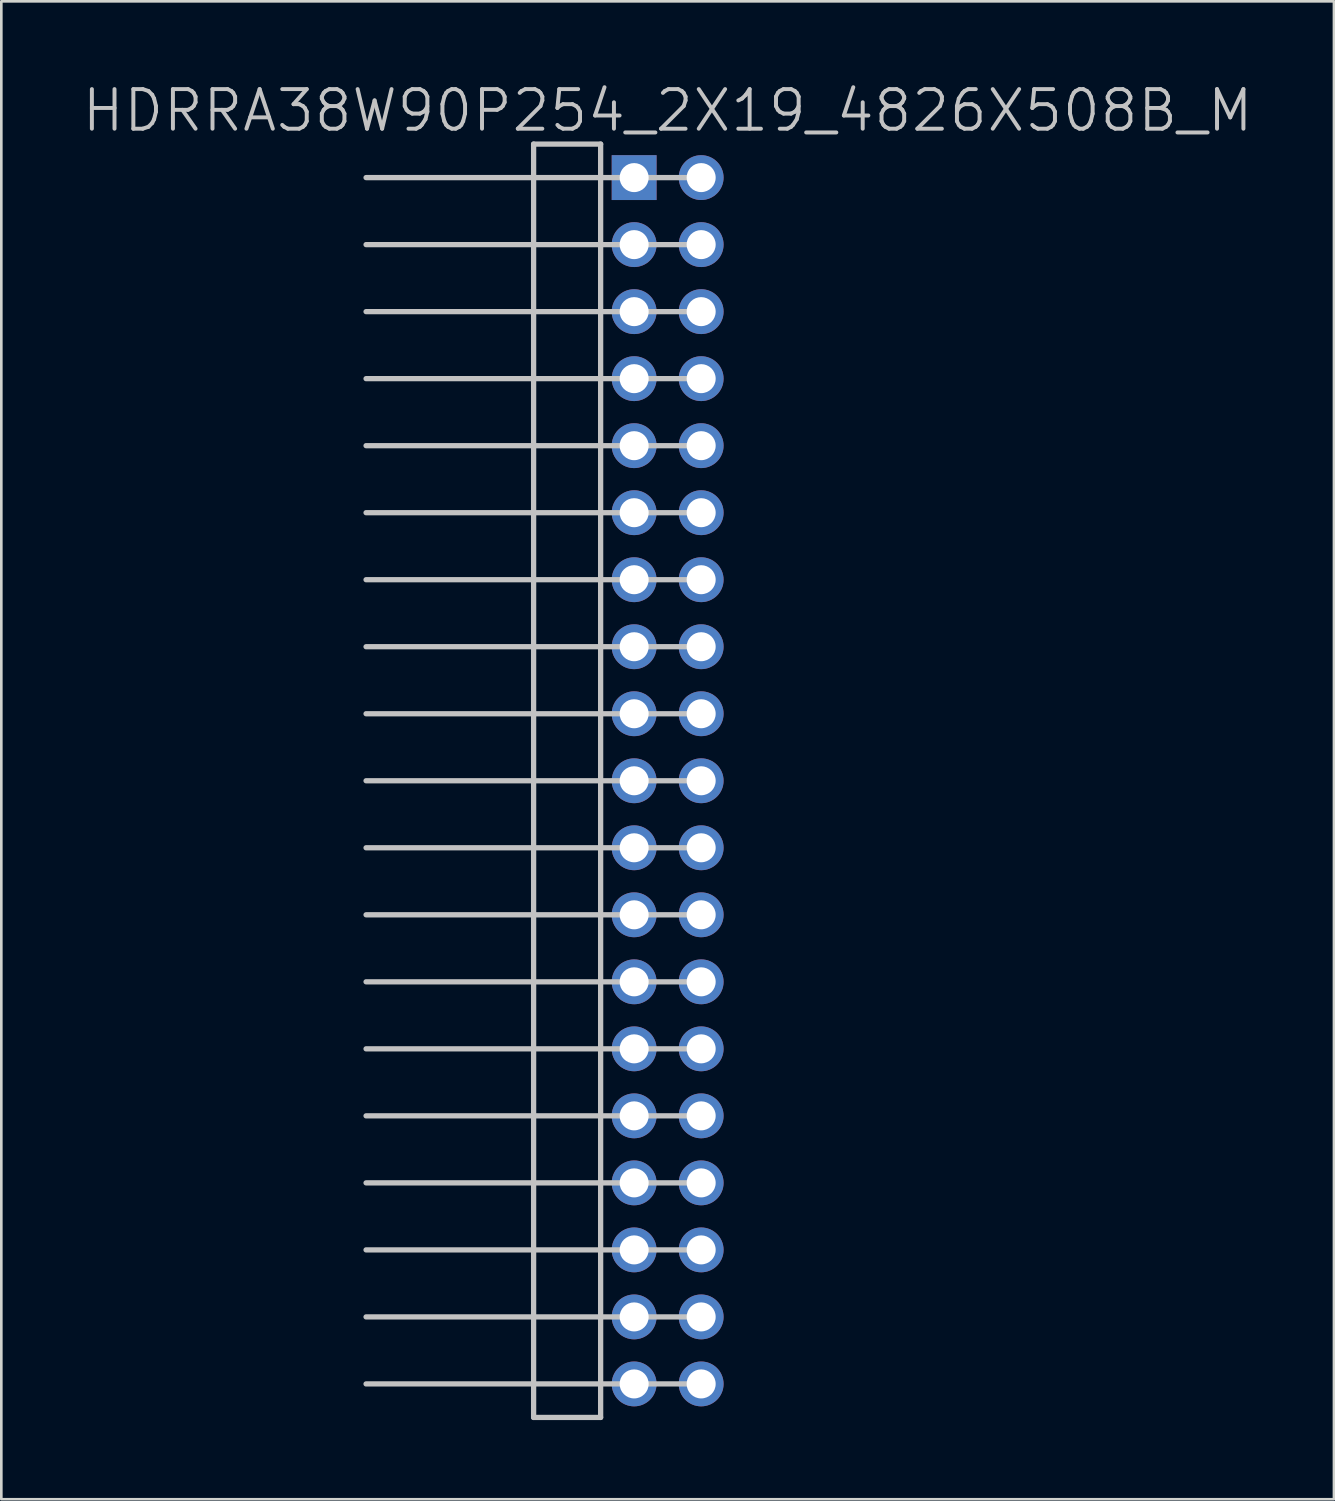
<source format=kicad_pcb>
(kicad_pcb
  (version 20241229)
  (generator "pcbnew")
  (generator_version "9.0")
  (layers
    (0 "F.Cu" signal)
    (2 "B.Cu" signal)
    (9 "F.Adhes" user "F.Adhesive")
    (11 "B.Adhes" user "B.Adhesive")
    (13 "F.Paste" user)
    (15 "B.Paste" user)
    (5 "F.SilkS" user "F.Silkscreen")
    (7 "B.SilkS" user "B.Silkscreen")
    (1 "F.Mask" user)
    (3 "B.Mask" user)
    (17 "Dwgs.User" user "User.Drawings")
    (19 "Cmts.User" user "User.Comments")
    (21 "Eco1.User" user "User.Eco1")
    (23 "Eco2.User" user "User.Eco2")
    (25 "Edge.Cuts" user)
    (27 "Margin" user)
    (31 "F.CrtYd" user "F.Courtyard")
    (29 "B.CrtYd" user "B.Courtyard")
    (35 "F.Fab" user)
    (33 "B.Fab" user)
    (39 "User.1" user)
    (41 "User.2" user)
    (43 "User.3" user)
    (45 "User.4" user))
  (footprint "HDRRA38W90P254_2X19_4826X508B_M"
    (layer "F.Cu")
    (at 22.254 26.541)
    (property "Reference" "HDRRA38W90P254_2X19_4826X508B_M" (at 0 -25.4 180) (layer "Dwgs.User") (effects (font (size 1.5 1.5) (thickness 0.15))))
    (attr through_hole)
    (fp_line (start -11.43 -17.78) (end 1.27 -17.78) (stroke (width 0.2) (type solid)) (layer "Dwgs.User"))
    (fp_line (start -11.43 7.62) (end 1.27 7.62) (stroke (width 0.2) (type solid)) (layer "Dwgs.User"))
    (fp_line (start -5.08 -24.13) (end -5.08 24.13) (stroke (width 0.2) (type solid)) (layer "Dwgs.User"))
    (fp_line (start -5.08 -24.13) (end -2.54 -24.13) (stroke (width 0.2) (type solid)) (layer "Dwgs.User"))
    (fp_line (start -2.54 24.13) (end -5.08 24.13) (stroke (width 0.2) (type solid)) (layer "Dwgs.User"))
    (fp_line (start -2.54 24.13) (end -2.54 -24.13) (stroke (width 0.2) (type solid)) (layer "Dwgs.User"))
    (fp_line (start 1.27 -22.86) (end -11.43 -22.86) (stroke (width 0.2) (type solid)) (layer "Dwgs.User"))
    (fp_line (start 1.27 -20.32) (end -11.43 -20.32) (stroke (width 0.2) (type solid)) (layer "Dwgs.User"))
    (fp_line (start 1.27 -15.24) (end -11.43 -15.24) (stroke (width 0.2) (type solid)) (layer "Dwgs.User"))
    (fp_line (start 1.27 -12.7) (end -11.43 -12.7) (stroke (width 0.2) (type solid)) (layer "Dwgs.User"))
    (fp_line (start 1.27 -10.16) (end -11.43 -10.16) (stroke (width 0.2) (type solid)) (layer "Dwgs.User"))
    (fp_line (start 1.27 -7.62) (end -11.43 -7.62) (stroke (width 0.2) (type solid)) (layer "Dwgs.User"))
    (fp_line (start 1.27 -5.08) (end -11.43 -5.08) (stroke (width 0.2) (type solid)) (layer "Dwgs.User"))
    (fp_line (start 1.27 -2.54) (end -11.43 -2.54) (stroke (width 0.2) (type solid)) (layer "Dwgs.User"))
    (fp_line (start 1.27 0) (end -11.43 0) (stroke (width 0.2) (type solid)) (layer "Dwgs.User"))
    (fp_line (start 1.27 2.54) (end -11.43 2.54) (stroke (width 0.2) (type solid)) (layer "Dwgs.User"))
    (fp_line (start 1.27 5.08) (end -11.43 5.08) (stroke (width 0.2) (type solid)) (layer "Dwgs.User"))
    (fp_line (start 1.27 10.16) (end -11.43 10.16) (stroke (width 0.2) (type solid)) (layer "Dwgs.User"))
    (fp_line (start 1.27 12.7) (end -11.43 12.7) (stroke (width 0.2) (type solid)) (layer "Dwgs.User"))
    (fp_line (start 1.27 15.24) (end -11.43 15.24) (stroke (width 0.2) (type solid)) (layer "Dwgs.User"))
    (fp_line (start 1.27 17.78) (end -11.43 17.78) (stroke (width 0.2) (type solid)) (layer "Dwgs.User"))
    (fp_line (start 1.27 20.32) (end -11.43 20.32) (stroke (width 0.2) (type solid)) (layer "Dwgs.User"))
    (fp_line (start 1.27 22.86) (end -11.43 22.86) (stroke (width 0.2) (type solid)) (layer "Dwgs.User"))
    (pad "1" thru_hole rect (at -1.27 -22.86) (size 1.7 1.7) (drill 1.1) (layers "*.Cu" "*.Mask"))
    (pad "2" thru_hole circle (at 1.27 -22.86 270) (size 1.7 1.7) (drill 1.1) (layers "*.Cu" "*.Mask"))
    (pad "3" thru_hole circle (at -1.27 -20.32 270) (size 1.7 1.7) (drill 1.1) (layers "*.Cu" "*.Mask"))
    (pad "4" thru_hole circle (at 1.27 -20.32 270) (size 1.7 1.7) (drill 1.1) (layers "*.Cu" "*.Mask"))
    (pad "5" thru_hole circle (at -1.27 -17.78 270) (size 1.7 1.7) (drill 1.1) (layers "*.Cu" "*.Mask"))
    (pad "6" thru_hole circle (at 1.27 -17.78 270) (size 1.7 1.7) (drill 1.1) (layers "*.Cu" "*.Mask"))
    (pad "7" thru_hole circle (at -1.27 -15.24 270) (size 1.7 1.7) (drill 1.1) (layers "*.Cu" "*.Mask"))
    (pad "8" thru_hole circle (at 1.27 -15.24 270) (size 1.7 1.7) (drill 1.1) (layers "*.Cu" "*.Mask"))
    (pad "9" thru_hole circle (at -1.27 -12.7 270) (size 1.7 1.7) (drill 1.1) (layers "*.Cu" "*.Mask"))
    (pad "10" thru_hole circle (at 1.27 -12.7 270) (size 1.7 1.7) (drill 1.1) (layers "*.Cu" "*.Mask"))
    (pad "11" thru_hole circle (at -1.27 -10.16 270) (size 1.7 1.7) (drill 1.1) (layers "*.Cu" "*.Mask"))
    (pad "12" thru_hole circle (at 1.27 -10.16 270) (size 1.7 1.7) (drill 1.1) (layers "*.Cu" "*.Mask"))
    (pad "13" thru_hole circle (at -1.27 -7.62 270) (size 1.7 1.7) (drill 1.1) (layers "*.Cu" "*.Mask"))
    (pad "14" thru_hole circle (at 1.27 -7.62 270) (size 1.7 1.7) (drill 1.1) (layers "*.Cu" "*.Mask"))
    (pad "15" thru_hole circle (at -1.27 -5.08 270) (size 1.7 1.7) (drill 1.1) (layers "*.Cu" "*.Mask"))
    (pad "16" thru_hole circle (at 1.27 -5.08 270) (size 1.7 1.7) (drill 1.1) (layers "*.Cu" "*.Mask"))
    (pad "17" thru_hole circle (at -1.27 -2.54 270) (size 1.7 1.7) (drill 1.1) (layers "*.Cu" "*.Mask"))
    (pad "18" thru_hole circle (at 1.27 -2.54 270) (size 1.7 1.7) (drill 1.1) (layers "*.Cu" "*.Mask"))
    (pad "19" thru_hole circle (at -1.27 0 270) (size 1.7 1.7) (drill 1.1) (layers "*.Cu" "*.Mask"))
    (pad "20" thru_hole circle (at 1.27 0 270) (size 1.7 1.7) (drill 1.1) (layers "*.Cu" "*.Mask"))
    (pad "21" thru_hole circle (at -1.27 2.54 270) (size 1.7 1.7) (drill 1.1) (layers "*.Cu" "*.Mask"))
    (pad "22" thru_hole circle (at 1.27 2.54 270) (size 1.7 1.7) (drill 1.1) (layers "*.Cu" "*.Mask"))
    (pad "23" thru_hole circle (at -1.27 5.08 270) (size 1.7 1.7) (drill 1.1) (layers "*.Cu" "*.Mask"))
    (pad "24" thru_hole circle (at 1.27 5.08 270) (size 1.7 1.7) (drill 1.1) (layers "*.Cu" "*.Mask"))
    (pad "25" thru_hole circle (at -1.27 7.62 270) (size 1.7 1.7) (drill 1.1) (layers "*.Cu" "*.Mask"))
    (pad "26" thru_hole circle (at 1.27 7.62 270) (size 1.7 1.7) (drill 1.1) (layers "*.Cu" "*.Mask"))
    (pad "27" thru_hole circle (at -1.27 10.16 270) (size 1.7 1.7) (drill 1.1) (layers "*.Cu" "*.Mask"))
    (pad "28" thru_hole circle (at 1.27 10.16 270) (size 1.7 1.7) (drill 1.1) (layers "*.Cu" "*.Mask"))
    (pad "29" thru_hole circle (at -1.27 12.7 270) (size 1.7 1.7) (drill 1.1) (layers "*.Cu" "*.Mask"))
    (pad "30" thru_hole circle (at 1.27 12.7 270) (size 1.7 1.7) (drill 1.1) (layers "*.Cu" "*.Mask"))
    (pad "31" thru_hole circle (at -1.27 15.24 270) (size 1.7 1.7) (drill 1.1) (layers "*.Cu" "*.Mask"))
    (pad "32" thru_hole circle (at 1.27 15.24 270) (size 1.7 1.7) (drill 1.1) (layers "*.Cu" "*.Mask"))
    (pad "33" thru_hole circle (at -1.27 17.78 270) (size 1.7 1.7) (drill 1.1) (layers "*.Cu" "*.Mask"))
    (pad "34" thru_hole circle (at 1.27 17.78 270) (size 1.7 1.7) (drill 1.1) (layers "*.Cu" "*.Mask"))
    (pad "35" thru_hole circle (at -1.27 20.32 270) (size 1.7 1.7) (drill 1.1) (layers "*.Cu" "*.Mask"))
    (pad "36" thru_hole circle (at 1.27 20.32 270) (size 1.7 1.7) (drill 1.1) (layers "*.Cu" "*.Mask"))
    (pad "37" thru_hole circle (at -1.27 22.86 270) (size 1.7 1.7) (drill 1.1) (layers "*.Cu" "*.Mask"))
    (pad "38" thru_hole circle (at 1.27 22.86 270) (size 1.7 1.7) (drill 1.1) (layers "*.Cu" "*.Mask")))
  (gr_rect
    (start -3 -3)
    (end 47.507 53.771)
    (stroke (width 0.1) (type default))
    (fill no)
    (layer "Edge.Cuts")))
</source>
